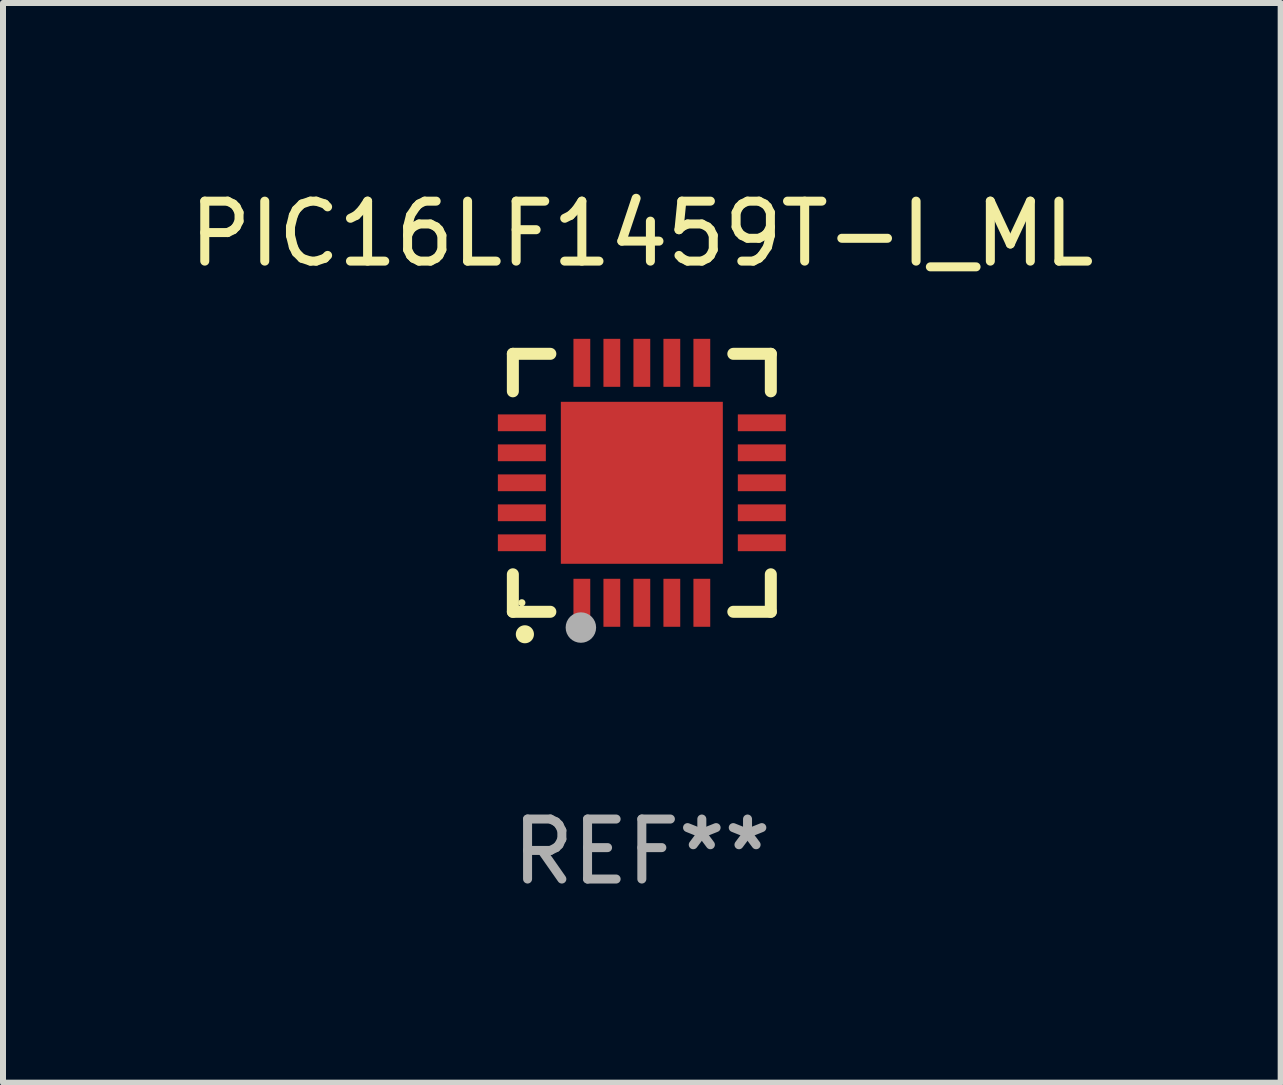
<source format=kicad_pcb>
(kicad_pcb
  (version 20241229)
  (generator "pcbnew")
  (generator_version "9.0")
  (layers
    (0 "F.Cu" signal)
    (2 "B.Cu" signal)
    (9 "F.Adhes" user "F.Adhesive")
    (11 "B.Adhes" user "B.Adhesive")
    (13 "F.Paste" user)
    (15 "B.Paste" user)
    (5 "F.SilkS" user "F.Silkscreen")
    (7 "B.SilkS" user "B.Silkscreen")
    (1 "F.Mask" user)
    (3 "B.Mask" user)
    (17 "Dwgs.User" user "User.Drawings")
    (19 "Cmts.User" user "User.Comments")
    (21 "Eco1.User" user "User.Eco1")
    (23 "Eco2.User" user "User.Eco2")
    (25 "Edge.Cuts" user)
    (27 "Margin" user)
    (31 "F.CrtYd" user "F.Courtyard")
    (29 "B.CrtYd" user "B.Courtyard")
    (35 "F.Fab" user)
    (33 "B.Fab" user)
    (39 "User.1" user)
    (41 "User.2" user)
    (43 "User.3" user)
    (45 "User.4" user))
  (footprint "PIC16LF1459T-I_ML"
    (layer "F.Cu")
    (at 7.649 4.998)
    (property "Reference" "PIC16LF1459T-I_ML" (at 0 -4.15 0) (layer "F.SilkS") (effects (font (size 1 1) (thickness 0.15))))
    (attr through_hole)
    (fp_line (start -2.15 -2.15) (end -2.15 -1.525) (stroke (width 0.2) (type solid)) (layer "F.SilkS"))
    (fp_line (start -2.15 2.15) (end -2.15 1.525) (stroke (width 0.2) (type solid)) (layer "F.SilkS"))
    (fp_line (start -1.525 -2.15) (end -2.15 -2.15) (stroke (width 0.2) (type solid)) (layer "F.SilkS"))
    (fp_line (start -1.525 2.15) (end -2.15 2.15) (stroke (width 0.2) (type solid)) (layer "F.SilkS"))
    (fp_line (start 1.525 2.15) (end 2.15 2.15) (stroke (width 0.2) (type solid)) (layer "F.SilkS"))
    (fp_line (start 2.15 -2.15) (end 1.525 -2.15) (stroke (width 0.2) (type solid)) (layer "F.SilkS"))
    (fp_line (start 2.15 -1.525) (end 2.15 -2.15) (stroke (width 0.2) (type solid)) (layer "F.SilkS"))
    (fp_line (start 2.15 2.15) (end 2.15 1.525) (stroke (width 0.2) (type solid)) (layer "F.SilkS"))
    (fp_arc (start -1.950724 2.524765) (mid -1.949454 2.52476) (end -1.948184 2.524765) (stroke (width 0.3) (type solid)) (layer "F.SilkS"))
    (fp_circle (center -2 2) (end -1.97 2) (stroke (width 0.06) (type solid)) (fill no) (layer "F.SilkS"))
    (fp_circle (center -1.016 2.413) (end -0.889 2.413) (stroke (width 0.254) (type solid)) (fill no) (layer "F.Fab"))
    (fp_text user "REF**" (at 0 6.15 0) (layer "F.Fab") (effects (font (size 1 1) (thickness 0.15))))
    (pad "1" smd rect (at -1 2) (size 0.28 0.8) (layers "F.Cu" "F.Mask" "F.Paste"))
    (pad "2" smd rect (at -0.5 2) (size 0.28 0.8) (layers "F.Cu" "F.Mask" "F.Paste"))
    (pad "3" smd rect (at 0 2) (size 0.28 0.8) (layers "F.Cu" "F.Mask" "F.Paste"))
    (pad "4" smd rect (at 0.5 2) (size 0.28 0.8) (layers "F.Cu" "F.Mask" "F.Paste"))
    (pad "5" smd rect (at 1 2) (size 0.28 0.8) (layers "F.Cu" "F.Mask" "F.Paste"))
    (pad "6" smd rect (at 2 1) (size 0.8 0.28) (layers "F.Cu" "F.Mask" "F.Paste"))
    (pad "7" smd rect (at 2 0.5) (size 0.8 0.28) (layers "F.Cu" "F.Mask" "F.Paste"))
    (pad "8" smd rect (at 2 0) (size 0.8 0.28) (layers "F.Cu" "F.Mask" "F.Paste"))
    (pad "9" smd rect (at 2 -0.5) (size 0.8 0.28) (layers "F.Cu" "F.Mask" "F.Paste"))
    (pad "10" smd rect (at 2 -1) (size 0.8 0.28) (layers "F.Cu" "F.Mask" "F.Paste"))
    (pad "11" smd rect (at 1 -2) (size 0.28 0.8) (layers "F.Cu" "F.Mask" "F.Paste"))
    (pad "12" smd rect (at 0.5 -2) (size 0.28 0.8) (layers "F.Cu" "F.Mask" "F.Paste"))
    (pad "13" smd rect (at 0 -2) (size 0.28 0.8) (layers "F.Cu" "F.Mask" "F.Paste"))
    (pad "14" smd rect (at -0.5 -2) (size 0.28 0.8) (layers "F.Cu" "F.Mask" "F.Paste"))
    (pad "15" smd rect (at -1 -2) (size 0.28 0.8) (layers "F.Cu" "F.Mask" "F.Paste"))
    (pad "16" smd rect (at -2 -1) (size 0.8 0.28) (layers "F.Cu" "F.Mask" "F.Paste"))
    (pad "17" smd rect (at -2 -0.5) (size 0.8 0.28) (layers "F.Cu" "F.Mask" "F.Paste"))
    (pad "18" smd rect (at -2 0) (size 0.8 0.28) (layers "F.Cu" "F.Mask" "F.Paste"))
    (pad "19" smd rect (at -2 0.5) (size 0.8 0.28) (layers "F.Cu" "F.Mask" "F.Paste"))
    (pad "20" smd rect (at -2 1) (size 0.8 0.28) (layers "F.Cu" "F.Mask" "F.Paste"))
    (pad "21" smd rect (at 0 0) (size 2.7 2.7) (layers "F.Cu" "F.Mask" "F.Paste")))
  (gr_rect
    (start -3 -3)
    (end 18.298 14.997)
    (stroke (width 0.1) (type default))
    (fill no)
    (layer "Edge.Cuts")))
</source>
